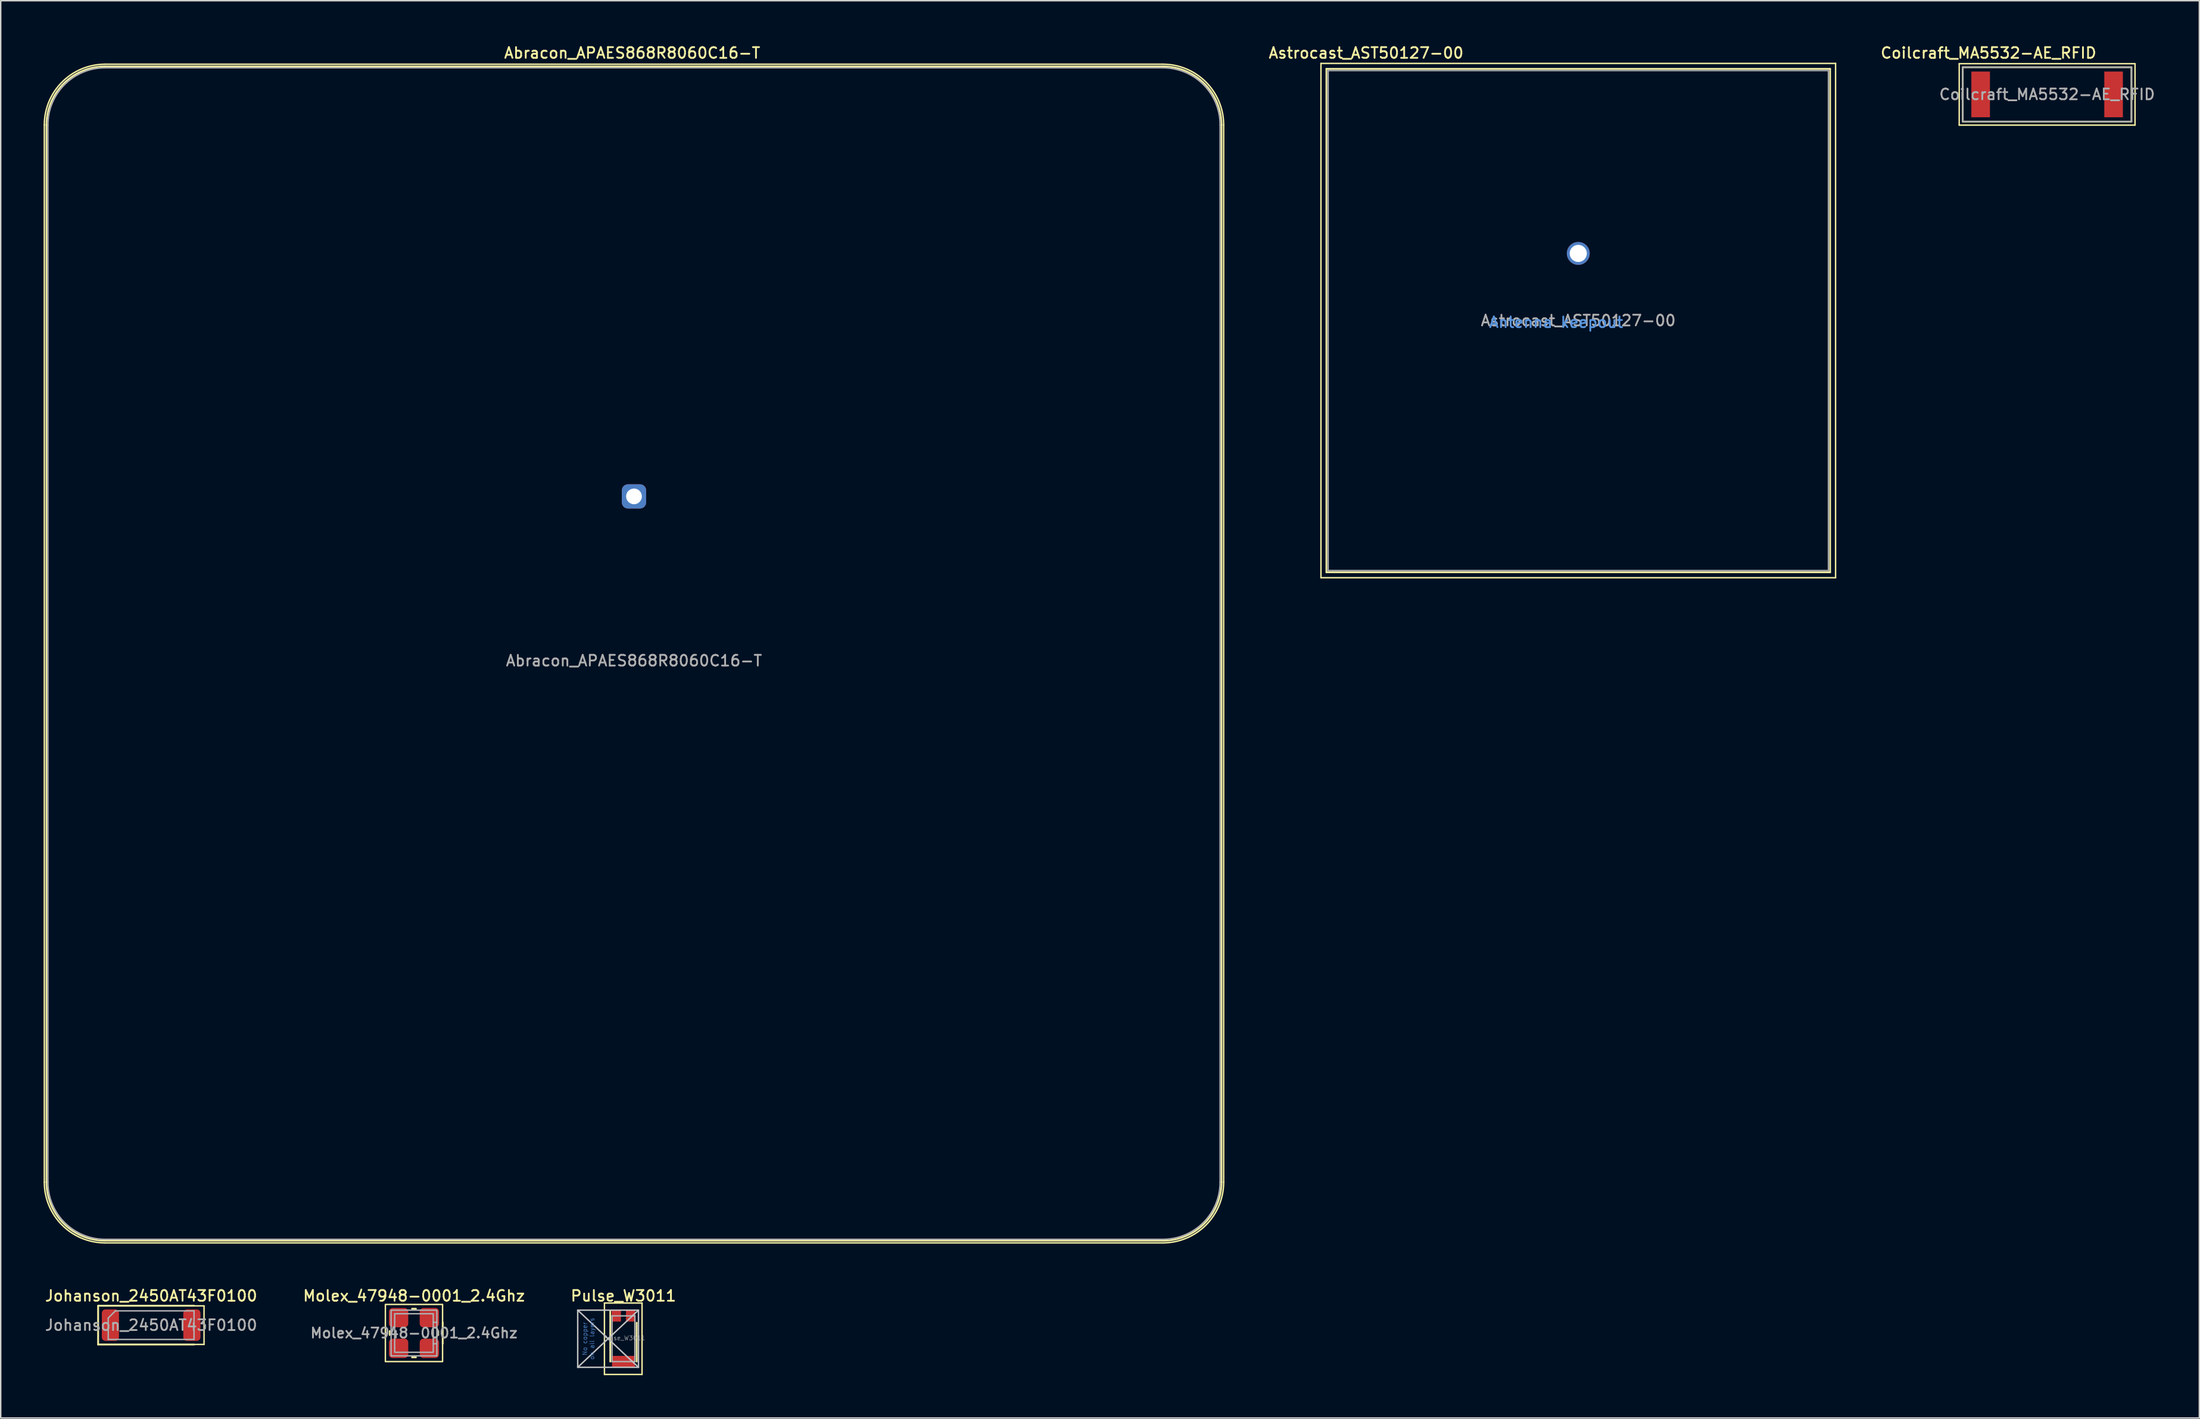
<source format=kicad_pcb>
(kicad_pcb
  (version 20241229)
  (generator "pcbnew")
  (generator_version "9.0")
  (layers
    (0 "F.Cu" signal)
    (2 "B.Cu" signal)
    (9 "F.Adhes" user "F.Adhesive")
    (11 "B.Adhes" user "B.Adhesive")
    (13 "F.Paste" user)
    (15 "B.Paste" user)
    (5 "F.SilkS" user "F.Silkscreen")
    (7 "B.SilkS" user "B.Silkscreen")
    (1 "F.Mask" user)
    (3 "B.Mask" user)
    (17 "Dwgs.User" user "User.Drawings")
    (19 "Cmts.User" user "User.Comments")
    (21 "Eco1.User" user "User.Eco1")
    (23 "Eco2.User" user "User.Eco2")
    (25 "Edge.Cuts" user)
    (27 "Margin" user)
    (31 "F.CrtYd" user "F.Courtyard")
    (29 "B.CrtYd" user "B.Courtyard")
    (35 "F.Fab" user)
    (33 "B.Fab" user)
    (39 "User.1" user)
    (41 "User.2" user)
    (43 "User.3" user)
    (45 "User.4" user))
  (footprint "Molex_47948-0001_2.4Ghz"
    (layer "F.Cu")
    (at 25.909 90.253)
    (property "Reference" "Molex_47948-0001_2.4Ghz" (at 0 -2.6 0) (unlocked yes) (layer "F.SilkS") (effects (font (size 0.75 0.75) (thickness 0.125))))
    (attr smd)
    (fp_line (start -1.7 0.14) (end -1.7 -0.14) (stroke (width 0.12) (type default)) (layer "F.SilkS"))
    (fp_line (start -0.14 -1.7) (end 0.14 -1.7) (stroke (width 0.12) (type default)) (layer "F.SilkS"))
    (fp_line (start -0.14 1.7) (end 0.14 1.7) (stroke (width 0.12) (type default)) (layer "F.SilkS"))
    (fp_line (start 1.7 0.14) (end 1.7 -0.14) (stroke (width 0.12) (type default)) (layer "F.SilkS"))
    (fp_line (start 2.01 0.75) (end 2.01 -0.75) (stroke (width 0.12) (type default)) (layer "F.SilkS"))
    (fp_rect (start -2 -2) (end 2 2) (stroke (width 0.1) (type default)) (fill no) (layer "F.SilkS"))
    (fp_line (start 1.35 -0.75) (end 1.6 -0.75) (stroke (width 0.1) (type default)) (layer "F.Fab"))
    (fp_line (start 1.35 0.75) (end 1.6 0.75) (stroke (width 0.1) (type default)) (layer "F.Fab"))
    (fp_rect (start -1.6 -1.6) (end 1.6 1.6) (stroke (width 0.1) (type default)) (fill no) (layer "F.Fab"))
    (fp_rect (start -1.35 -1.35) (end 1.35 1.35) (stroke (width 0.1) (type default)) (fill no) (layer "F.Fab"))
    (fp_rect (start -0.4 -1.6) (end -0.4 -1.6) (stroke (width 0.1) (type default)) (fill no) (layer "F.Fab"))
    (fp_text user "${REFERENCE}" (at 0 0 0) (unlocked yes) (layer "F.Fab") (effects (font (size 0.7 0.7) (thickness 0.125))))
    (pad "1" smd roundrect (at -1.075 -1.075) (size 1.35 1.35) (layers "F.Cu" "F.Mask" "F.Paste") (roundrect_rratio 0.185))
    (pad "MP" smd roundrect (at -1.075 1.075) (size 1.35 1.35) (layers "F.Cu" "F.Mask" "F.Paste") (roundrect_rratio 0.185))
    (pad "MP" smd roundrect (at 1.075 -1.075) (size 1.35 1.35) (layers "F.Cu" "F.Mask" "F.Paste") (roundrect_rratio 0.185))
    (pad "MP" smd roundrect (at 1.075 1.075) (size 1.35 1.35) (layers "F.Cu" "F.Mask" "F.Paste") (roundrect_rratio 0.185))
    (zone (net_name "") (layers "F.Cu" "B.Cu") (hatch edge 0.508) (connect_pads) (min_thickness 0.254) (filled_areas_thickness no) (keepout (tracks not_allowed) (vias not_allowed) (pads not_allowed) (copperpour not_allowed) (footprints allowed)) (placement (enabled no)) (fill) (polygon (pts (xy 23.659 88.003) (xy 23.659 92.503) (xy 28.159 92.503) (xy 28.159 88.003) (xy 25.509 88.003) (xy 25.509 88.453) (xy 27.709 88.453) (xy 27.709 92.053) (xy 24.109 92.103) (xy 24.109 88.003))))
    (zone (net_name "") (layers "F.Cu" "B.Cu") (hatch edge 0.508) (connect_pads) (min_thickness 0.254) (filled_areas_thickness no) (keepout (tracks not_allowed) (vias not_allowed) (pads not_allowed) (copperpour not_allowed) (footprints allowed)) (placement (enabled no)) (fill) (polygon (pts (xy 25.559 88.503) (xy 25.559 89.903) (xy 24.159 89.903) (xy 24.159 90.603) (xy 25.559 90.603) (xy 25.559 92.003) (xy 26.259 92.003) (xy 26.259 90.603) (xy 27.659 90.603) (xy 27.659 89.903) (xy 26.259 89.903) (xy 26.259 88.503))))
    (zone (net_name "") (layers "B.Cu" "F.SilkS") (hatch edge 0.508) (connect_pads) (min_thickness 0.254) (filled_areas_thickness no) (keepout (tracks not_allowed) (vias not_allowed) (pads not_allowed) (copperpour not_allowed) (footprints allowed)) (placement (enabled no)) (fill) (polygon (pts (xy 24.109 88.003) (xy 24.109 89.903) (xy 25.559 89.903) (xy 25.559 88.003)))))
  (footprint "Astrocast_AST50127-00"
    (layer "F.Cu")
    (at 107.356 14.688)
    (property "Reference" "Astrocast_AST50127-00" (at -14.84 -14.03 0) (unlocked yes) (layer "F.SilkS") (effects (font (size 0.75 0.75) (thickness 0.125))))
    (attr through_hole)
    (fp_poly (pts (xy 17.49 -0.05) (xy 17.5 22.19) (xy -17.5 22.2) (xy -17.49 -0.01) (xy -1.46 0.01) (xy -1.43 0.23) (xy -1.39 0.41) (xy -1.31 0.6) (xy -1.2 0.8) (xy -1.03 1.03) (xy -0.78 1.22) (xy -0.48 1.37) (xy -0.17 1.44) (xy 0.23 1.44) (xy 0.66 1.3) (xy 1.02 1.03) (xy 1.19 0.82) (xy 1.33 0.58) (xy 1.42 0.33) (xy 1.44 0.17) (xy 1.46 -0.01) (xy 17.51 -0.01)) (stroke (width 0.2) (type solid)) (fill yes) (layer "F.Mask"))
    (fp_poly (pts (xy 17.51 -0.01) (xy 1.46 -0.01) (xy 1.44 -0.14) (xy 1.43 -0.27) (xy 1.39 -0.42) (xy 1.36 -0.52) (xy 1.28 -0.68) (xy 1.18 -0.84) (xy 1.02 -1.04) (xy 0.86 -1.18) (xy 0.59 -1.34) (xy 0.2 -1.45) (xy -0.14 -1.46) (xy -0.46 -1.38) (xy -0.66 -1.3) (xy -0.97 -1.1) (xy -1.15 -0.91) (xy -1.29 -0.7) (xy -1.39 -0.46) (xy -1.45 -0.23) (xy -1.46 -0.01) (xy -1.46 0.01) (xy -17.49 -0.01) (xy -17.51 -12.81) (xy 17.51 -12.8)) (stroke (width 0.2) (type solid)) (fill yes) (layer "F.Mask"))
    (fp_line (start -18 -13.3) (end 18 -13.3) (stroke (width 0.1) (type solid)) (layer "F.SilkS"))
    (fp_line (start -18 22.7) (end -18 -13.3) (stroke (width 0.1) (type solid)) (layer "F.SilkS"))
    (fp_line (start -17.62 -12.92) (end 17.62 -12.92) (stroke (width 0.12) (type solid)) (layer "F.SilkS"))
    (fp_line (start -17.62 22.32) (end -17.62 -12.92) (stroke (width 0.12) (type solid)) (layer "F.SilkS"))
    (fp_line (start 17.62 -12.92) (end 17.62 22.32) (stroke (width 0.12) (type solid)) (layer "F.SilkS"))
    (fp_line (start 17.62 22.32) (end -17.62 22.32) (stroke (width 0.12) (type solid)) (layer "F.SilkS"))
    (fp_line (start 18 -13.3) (end 18 22.7) (stroke (width 0.1) (type solid)) (layer "F.SilkS"))
    (fp_line (start 18 22.7) (end -18 22.7) (stroke (width 0.1) (type solid)) (layer "F.SilkS"))
    (fp_line (start -17.5 -12.8) (end 17.5 -12.8) (stroke (width 0.1) (type solid)) (layer "F.Fab"))
    (fp_line (start -17.5 22.2) (end -17.5 -12.8) (stroke (width 0.1) (type solid)) (layer "F.Fab"))
    (fp_line (start 17.5 -12.8) (end 17.5 22.2) (stroke (width 0.1) (type solid)) (layer "F.Fab"))
    (fp_line (start 17.5 22.2) (end -17.5 22.2) (stroke (width 0.1) (type solid)) (layer "F.Fab"))
    (fp_text user "Antenna keepout" (at -6.31 5.26 0) (unlocked yes) (layer "Cmts.User") (effects (font (size 0.75 0.75) (thickness 0.125)) (justify left bottom)))
    (fp_text user "${REFERENCE}" (at 0 4.7 0) (layer "F.Fab") (effects (font (size 0.75 0.75) (thickness 0.125))))
    (pad "1" thru_hole circle (at 0 0) (size 1.6 1.6) (drill 1.2) (layers "*.Cu" "*.Mask"))
    (zone (net_name "") (layer "F.Cu") (name "Antenna Keepout") (hatch full 0.5) (connect_pads) (min_thickness 0.25) (filled_areas_thickness no) (keepout (tracks not_allowed) (vias allowed) (pads not_allowed) (copperpour allowed) (footprints not_allowed)) (placement (enabled no)) (fill) (polygon (pts (xy 89.856 1.888) (xy 89.856 36.888) (xy 124.856 36.888) (xy 124.856 1.888)))))
  (footprint "Coilcraft_MA5532-AE_RFID"
    (layer "F.Cu")
    (at 140.154 3.558)
    (property "Reference" "Coilcraft_MA5532-AE_RFID" (at -4.1 -2.9 0) (layer "F.SilkS") (effects (font (size 0.75 0.75) (thickness 0.125))))
    (attr smd)
    (fp_line (start -6.15 -2.15) (end -6.15 2.15) (stroke (width 0.1) (type solid)) (layer "F.SilkS"))
    (fp_line (start -6.15 2.15) (end 6.15 2.15) (stroke (width 0.1) (type solid)) (layer "F.SilkS"))
    (fp_line (start -5.9 -1.9) (end -5.9 1.9) (stroke (width 0.12) (type solid)) (layer "F.SilkS"))
    (fp_line (start -5.9 1.9) (end 5.9 1.9) (stroke (width 0.12) (type solid)) (layer "F.SilkS"))
    (fp_line (start 5.9 -1.9) (end -5.9 -1.9) (stroke (width 0.12) (type solid)) (layer "F.SilkS"))
    (fp_line (start 5.9 1.9) (end 5.9 -1.9) (stroke (width 0.12) (type solid)) (layer "F.SilkS"))
    (fp_line (start 6.15 -2.15) (end -6.15 -2.15) (stroke (width 0.1) (type solid)) (layer "F.SilkS"))
    (fp_line (start 6.15 2.15) (end 6.15 -2.15) (stroke (width 0.1) (type solid)) (layer "F.SilkS"))
    (fp_line (start -5.9 -1.9) (end 5.9 -1.9) (stroke (width 0.1) (type solid)) (layer "F.Fab"))
    (fp_line (start -5.9 1.9) (end -5.9 -1.9) (stroke (width 0.1) (type solid)) (layer "F.Fab"))
    (fp_line (start 5.9 -1.9) (end 5.9 1.9) (stroke (width 0.1) (type solid)) (layer "F.Fab"))
    (fp_line (start 5.9 1.9) (end -5.9 1.9) (stroke (width 0.1) (type solid)) (layer "F.Fab"))
    (fp_text user "${REFERENCE}" (at 0 0 0) (layer "F.Fab") (effects (font (size 0.75 0.75) (thickness 0.125))))
    (pad "1" smd rect (at -4.65 0) (size 1.3 3.2) (layers "F.Cu" "F.Mask" "F.Paste"))
    (pad "2" smd rect (at 4.65 0) (size 1.3 3.2) (layers "F.Cu" "F.Mask" "F.Paste")))
  (footprint "Pulse_W3011"
    (layer "F.Cu")
    (at 40.563 90.653)
    (property "Reference" "Pulse_W3011" (at 0 -3 0) (layer "F.SilkS") (effects (font (size 0.75 0.75) (thickness 0.125))))
    (attr smd)
    (fp_line (start -1.33 -2.5) (end -1.33 2.5) (stroke (width 0.1) (type solid)) (layer "F.SilkS"))
    (fp_line (start -1.33 -2.5) (end 1.3 -2.5) (stroke (width 0.1) (type solid)) (layer "F.SilkS"))
    (fp_line (start -1.33 2.5) (end 1.3 2.5) (stroke (width 0.1) (type solid)) (layer "F.SilkS"))
    (fp_line (start -0.925 1.6) (end -0.925 -1.95) (stroke (width 0.12) (type solid)) (layer "F.SilkS"))
    (fp_line (start 0.925 1.6) (end 0.925 -1.125) (stroke (width 0.12) (type solid)) (layer "F.SilkS"))
    (fp_line (start 1.3 -2.5) (end 1.3 2.5) (stroke (width 0.1) (type solid)) (layer "F.SilkS"))
    (fp_line (start -3.2 -2) (end -3.2 2) (stroke (width 0.1) (type solid)) (layer "Dwgs.User"))
    (fp_line (start -3.2 -2) (end 1.05 2) (stroke (width 0.1) (type solid)) (layer "Dwgs.User"))
    (fp_line (start -3.2 2) (end 1.05 2) (stroke (width 0.1) (type solid)) (layer "Dwgs.User"))
    (fp_line (start 1.05 -2) (end -3.2 -2) (stroke (width 0.1) (type solid)) (layer "Dwgs.User"))
    (fp_line (start 1.05 -2) (end -3.2 2) (stroke (width 0.1) (type solid)) (layer "Dwgs.User"))
    (fp_line (start 1.05 2) (end 1.05 -2) (stroke (width 0.1) (type solid)) (layer "Dwgs.User"))
    (fp_line (start -0.8 -1.6) (end 0.8 -1.6) (stroke (width 0.1) (type solid)) (layer "F.Fab"))
    (fp_line (start -0.8 1.6) (end -0.8 -1.6) (stroke (width 0.1) (type solid)) (layer "F.Fab"))
    (fp_line (start -0.8 1.6) (end 0.8 1.6) (stroke (width 0.1) (type solid)) (layer "F.Fab"))
    (fp_line (start 0.8 1.6) (end 0.8 -1.6) (stroke (width 0.1) (type solid)) (layer "F.Fab"))
    (fp_text user "on all layers" (at -2.2 0 90) (layer "Cmts.User") (effects (font (size 0.3 0.3) (thickness 0.03))))
    (fp_text user "No copper" (at -2.7 0 90) (layer "Cmts.User") (effects (font (size 0.3 0.3) (thickness 0.03))))
    (fp_text user "${REFERENCE}" (at 0.05 -0.05 0) (layer "F.Fab") (effects (font (size 0.3 0.3) (thickness 0.03))))
    (pad "1" smd trapezoid (at -0.5 -1.6 90) (size 0.8 0.65) (layers "F.Cu" "F.Mask" "F.Paste"))
    (pad "2" smd trapezoid (at 0 1.6 90) (size 0.8 1.6) (layers "F.Cu" "F.Mask" "F.Paste"))
    (pad "2" smd trapezoid (at 0.5 -1.6 90) (size 0.8 0.65) (layers "F.Cu" "F.Mask" "F.Paste")))
  (footprint "Abracon_APAES868R8060C16-T"
    (layer "F.Cu")
    (at 41.3 31.695)
    (property "Reference" "Abracon_APAES868R8060C16-T" (at 0 11.5 0) (layer "F.Fab") (effects (font (size 0.75 0.75) (thickness 0.125))))
    (attr through_hole)
    (fp_line (start -41.25 48) (end -41.25 -26) (stroke (width 0.1) (type solid)) (layer "F.SilkS"))
    (fp_line (start -41.1 48) (end -41.1 -26) (stroke (width 0.12) (type solid)) (layer "F.SilkS"))
    (fp_line (start -37 -30.25) (end 37 -30.25) (stroke (width 0.1) (type solid)) (layer "F.SilkS"))
    (fp_line (start -37 -30.1) (end 37 -30.1) (stroke (width 0.12) (type solid)) (layer "F.SilkS"))
    (fp_line (start 37 52.1) (end -37 52.1) (stroke (width 0.12) (type solid)) (layer "F.SilkS"))
    (fp_line (start 37 52.25) (end -37 52.25) (stroke (width 0.1) (type solid)) (layer "F.SilkS"))
    (fp_line (start 41.1 -26) (end 41.1 48) (stroke (width 0.12) (type solid)) (layer "F.SilkS"))
    (fp_line (start 41.25 -26) (end 41.25 48) (stroke (width 0.1) (type solid)) (layer "F.SilkS"))
    (fp_arc (start -41.25 -26) (mid -40.005204 -29.005204) (end -37 -30.25) (stroke (width 0.1) (type solid)) (layer "F.SilkS"))
    (fp_arc (start -41.1 -26) (mid -39.899138 -28.899138) (end -37 -30.1) (stroke (width 0.12) (type solid)) (layer "F.SilkS"))
    (fp_arc (start -37 52.1) (mid -39.899138 50.899138) (end -41.1 48) (stroke (width 0.12) (type solid)) (layer "F.SilkS"))
    (fp_arc (start -37 52.25) (mid -40.005204 51.005204) (end -41.25 48) (stroke (width 0.1) (type solid)) (layer "F.SilkS"))
    (fp_arc (start 37 -30.25) (mid 40.005204 -29.005204) (end 41.25 -26) (stroke (width 0.1) (type solid)) (layer "F.SilkS"))
    (fp_arc (start 37 -30.1) (mid 39.899138 -28.899138) (end 41.1 -26) (stroke (width 0.12) (type solid)) (layer "F.SilkS"))
    (fp_arc (start 41.1 48) (mid 39.899138 50.899138) (end 37 52.1) (stroke (width 0.12) (type solid)) (layer "F.SilkS"))
    (fp_arc (start 41.25 48) (mid 40.005204 51.005204) (end 37 52.25) (stroke (width 0.1) (type solid)) (layer "F.SilkS"))
    (fp_line (start -41 48) (end -41 -26) (stroke (width 0.1) (type solid)) (layer "F.Fab"))
    (fp_line (start -37 -30) (end 37 -30) (stroke (width 0.1) (type solid)) (layer "F.Fab"))
    (fp_line (start 37 52) (end -37 52) (stroke (width 0.1) (type solid)) (layer "F.Fab"))
    (fp_line (start 41 -26) (end 41 48) (stroke (width 0.1) (type solid)) (layer "F.Fab"))
    (fp_arc (start -41 -26) (mid -39.828427 -28.828427) (end -37 -30) (stroke (width 0.1) (type solid)) (layer "F.Fab"))
    (fp_arc (start -37 52) (mid -39.828427 50.828427) (end -41 48) (stroke (width 0.1) (type solid)) (layer "F.Fab"))
    (fp_arc (start 37 -30) (mid 39.828427 -28.828427) (end 41 -26) (stroke (width 0.1) (type solid)) (layer "F.Fab"))
    (fp_arc (start 41 48) (mid 39.828427 50.828427) (end 37 52) (stroke (width 0.1) (type solid)) (layer "F.Fab"))
    (fp_text user "${REFERENCE}" (at -0.127 -31.037 0) (layer "F.SilkS") (effects (font (size 0.75 0.75) (thickness 0.125))))
    (pad "1" thru_hole roundrect (at 0 0) (size 1.7 1.7) (drill 1.1) (layers "*.Cu" "*.Mask") (roundrect_rratio 0.25)))
  (footprint "Johanson_2450AT43F0100"
    (layer "F.Cu")
    (at 7.523 89.703)
    (property "Reference" "Johanson_2450AT43F0100" (at 0 -2.05 0) (layer "F.SilkS") (effects (font (size 0.75 0.75) (thickness 0.125))))
    (attr smd)
    (fp_line (start -3.71 -1.36) (end -3.71 1.36) (stroke (width 0.12) (type solid)) (layer "F.SilkS"))
    (fp_line (start -3.71 1.36) (end 3 1.36) (stroke (width 0.12) (type solid)) (layer "F.SilkS"))
    (fp_line (start -3.7 -1.35) (end 3.7 -1.35) (stroke (width 0.1) (type solid)) (layer "F.SilkS"))
    (fp_line (start -3.7 1.35) (end -3.7 -1.35) (stroke (width 0.1) (type solid)) (layer "F.SilkS"))
    (fp_line (start 3 -1.36) (end -3.71 -1.36) (stroke (width 0.12) (type solid)) (layer "F.SilkS"))
    (fp_line (start 3.7 -1.35) (end 3.7 1.35) (stroke (width 0.1) (type solid)) (layer "F.SilkS"))
    (fp_line (start 3.7 1.35) (end -3.7 1.35) (stroke (width 0.1) (type solid)) (layer "F.SilkS"))
    (fp_line (start -3 -0.5) (end -3 1) (stroke (width 0.1) (type solid)) (layer "F.Fab"))
    (fp_line (start -3 1) (end 3 1) (stroke (width 0.1) (type solid)) (layer "F.Fab"))
    (fp_line (start -2.5 -1) (end -3 -0.5) (stroke (width 0.1) (type solid)) (layer "F.Fab"))
    (fp_line (start 3 -1) (end -2.5 -1) (stroke (width 0.1) (type solid)) (layer "F.Fab"))
    (fp_line (start 3 1) (end 3 -1) (stroke (width 0.1) (type solid)) (layer "F.Fab"))
    (fp_text user "${REFERENCE}" (at 0 0 0) (layer "F.Fab") (effects (font (size 0.75 0.75) (thickness 0.125))))
    (pad "1" smd roundrect (at -2.85 0) (size 1.2 2.2) (layers "F.Cu" "F.Mask" "F.Paste") (roundrect_rratio 0.208))
    (pad "2" smd roundrect (at 2.85 0) (size 1.2 2.2) (layers "F.Cu" "F.Mask" "F.Paste") (roundrect_rratio 0.208)))
  (gr_rect
    (start -3 -3)
    (end 150.803 96.203)
    (stroke (width 0.1) (type default))
    (fill no)
    (layer "Edge.Cuts")))
</source>
